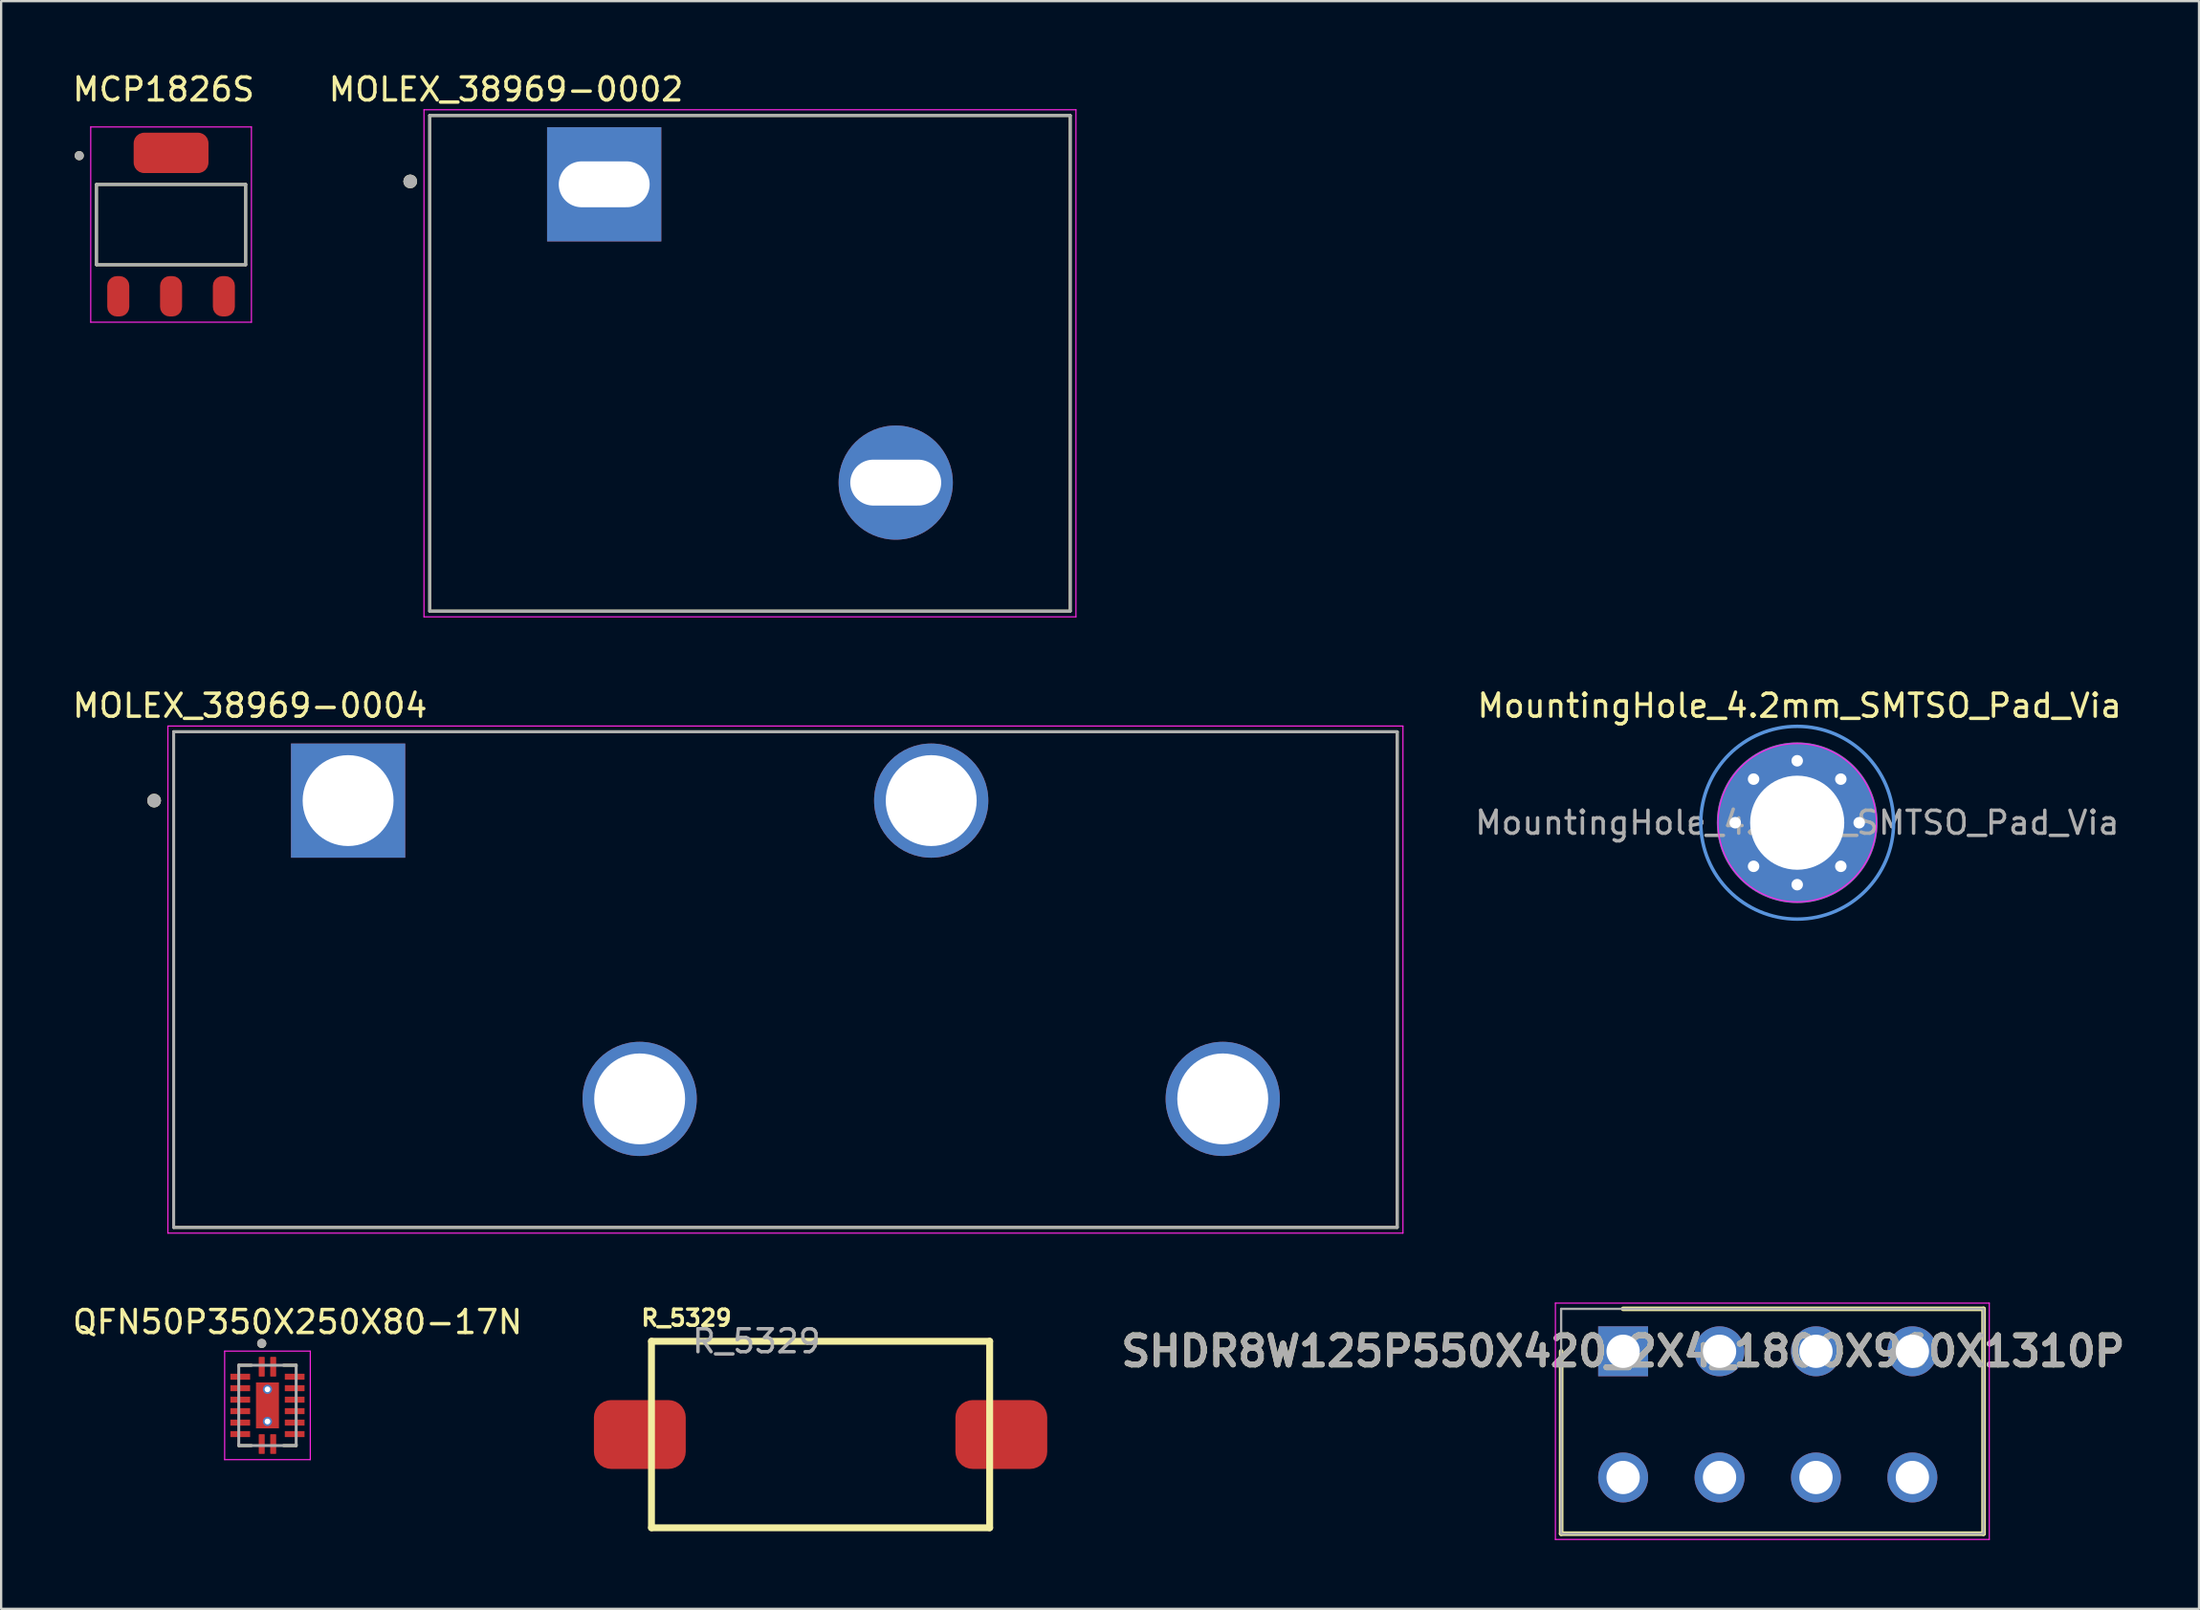
<source format=kicad_pcb>
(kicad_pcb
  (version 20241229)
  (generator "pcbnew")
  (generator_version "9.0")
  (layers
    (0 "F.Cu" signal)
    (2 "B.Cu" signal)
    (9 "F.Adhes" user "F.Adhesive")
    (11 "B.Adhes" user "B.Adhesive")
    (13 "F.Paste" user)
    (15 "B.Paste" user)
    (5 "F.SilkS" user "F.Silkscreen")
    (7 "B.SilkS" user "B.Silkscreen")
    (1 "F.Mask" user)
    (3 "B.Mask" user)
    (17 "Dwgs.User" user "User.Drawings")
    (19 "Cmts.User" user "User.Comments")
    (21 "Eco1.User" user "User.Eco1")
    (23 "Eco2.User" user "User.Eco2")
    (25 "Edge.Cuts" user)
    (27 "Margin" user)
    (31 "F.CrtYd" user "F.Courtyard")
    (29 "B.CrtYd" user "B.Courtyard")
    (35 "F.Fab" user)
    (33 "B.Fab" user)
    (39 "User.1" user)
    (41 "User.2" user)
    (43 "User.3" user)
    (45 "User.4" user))
  (footprint "MOLEX_38969-0004"
    (layer "F.Cu")
    (at 31.164 38.342)
    (property "Reference" "MOLEX_38969-0004" (at -23.325 -10.635 0) (layer "F.SilkS") (effects (font (size 1 1) (thickness 0.15))))
    (attr through_hole)
    (fp_line (start -26.65 -9.5) (end -26.65 12.1) (stroke (width 0.127) (type solid)) (layer "F.SilkS"))
    (fp_line (start -26.65 12.1) (end 26.65 12.1) (stroke (width 0.127) (type solid)) (layer "F.SilkS"))
    (fp_line (start 26.65 -9.5) (end -26.65 -9.5) (stroke (width 0.127) (type solid)) (layer "F.SilkS"))
    (fp_line (start 26.65 12.1) (end 26.65 -9.5) (stroke (width 0.127) (type solid)) (layer "F.SilkS"))
    (fp_circle (center -27.5 -6.5) (end -27.35 -6.5) (stroke (width 0.3) (type solid)) (fill no) (layer "F.SilkS"))
    (fp_line (start -26.9 -9.75) (end 26.9 -9.75) (stroke (width 0.05) (type solid)) (layer "F.CrtYd"))
    (fp_line (start -26.9 12.35) (end -26.9 -9.75) (stroke (width 0.05) (type solid)) (layer "F.CrtYd"))
    (fp_line (start 26.9 -9.75) (end 26.9 12.35) (stroke (width 0.05) (type solid)) (layer "F.CrtYd"))
    (fp_line (start 26.9 12.35) (end -26.9 12.35) (stroke (width 0.05) (type solid)) (layer "F.CrtYd"))
    (fp_line (start -26.65 -9.5) (end 26.65 -9.5) (stroke (width 0.127) (type solid)) (layer "F.Fab"))
    (fp_line (start -26.65 12.1) (end -26.65 -9.5) (stroke (width 0.127) (type solid)) (layer "F.Fab"))
    (fp_line (start 26.65 -9.5) (end 26.65 12.1) (stroke (width 0.127) (type solid)) (layer "F.Fab"))
    (fp_line (start 26.65 12.1) (end -26.65 12.1) (stroke (width 0.127) (type solid)) (layer "F.Fab"))
    (fp_circle (center -27.5 -6.5) (end -27.35 -6.5) (stroke (width 0.3) (type solid)) (fill no) (layer "F.Fab"))
    (pad "1" thru_hole rect (at -19.05 -6.5) (size 4.976 4.976) (drill 3.96) (layers "*.Cu" "*.Mask"))
    (pad "2" thru_hole circle (at -6.35 6.5) (size 4.976 4.976) (drill 3.96) (layers "*.Cu" "*.Mask"))
    (pad "3" thru_hole circle (at 6.35 -6.5) (size 4.976 4.976) (drill 3.96) (layers "*.Cu" "*.Mask"))
    (pad "4" thru_hole circle (at 19.05 6.5) (size 4.976 4.976) (drill 3.96) (layers "*.Cu" "*.Mask")))
  (footprint "QFN50P350X250X80-17N"
    (layer "F.Cu")
    (at 8.601 58.2)
    (property "Reference" "QFN50P350X250X80-17N" (at 1.31 -3.635 0) (layer "F.SilkS") (effects (font (size 1 1) (thickness 0.15))))
    (attr smd)
    (fp_line (start -1.25 -1.75) (end -1.25 -1.7) (stroke (width 0.127) (type solid)) (layer "F.SilkS"))
    (fp_line (start -1.25 -1.75) (end -0.7 -1.75) (stroke (width 0.127) (type solid)) (layer "F.SilkS"))
    (fp_line (start -1.25 1.75) (end -1.25 1.7) (stroke (width 0.127) (type solid)) (layer "F.SilkS"))
    (fp_line (start -1.25 1.75) (end -0.7 1.75) (stroke (width 0.127) (type solid)) (layer "F.SilkS"))
    (fp_line (start 1.25 -1.75) (end 0.7 -1.75) (stroke (width 0.127) (type solid)) (layer "F.SilkS"))
    (fp_line (start 1.25 -1.75) (end 1.25 -1.7) (stroke (width 0.127) (type solid)) (layer "F.SilkS"))
    (fp_line (start 1.25 1.75) (end 0.7 1.75) (stroke (width 0.127) (type solid)) (layer "F.SilkS"))
    (fp_line (start 1.25 1.75) (end 1.25 1.7) (stroke (width 0.127) (type solid)) (layer "F.SilkS"))
    (fp_circle (center -0.25 -2.7) (end -0.15 -2.7) (stroke (width 0.2) (type solid)) (fill no) (layer "F.SilkS"))
    (fp_poly (pts (xy -0.315 -0.53) (xy 0.315 -0.53) (xy 0.315 0.53) (xy -0.315 0.53)) (stroke (width 0.01) (type solid)) (fill yes) (layer "F.Paste"))
    (fp_line (start -1.865 -2.365) (end 1.865 -2.365) (stroke (width 0.05) (type solid)) (layer "F.CrtYd"))
    (fp_line (start -1.865 2.365) (end -1.865 -2.365) (stroke (width 0.05) (type solid)) (layer "F.CrtYd"))
    (fp_line (start -1.865 2.365) (end 1.865 2.365) (stroke (width 0.05) (type solid)) (layer "F.CrtYd"))
    (fp_line (start 1.865 2.365) (end 1.865 -2.365) (stroke (width 0.05) (type solid)) (layer "F.CrtYd"))
    (fp_line (start -1.25 1.75) (end -1.25 -1.75) (stroke (width 0.127) (type solid)) (layer "F.Fab"))
    (fp_line (start 1.25 -1.75) (end -1.25 -1.75) (stroke (width 0.127) (type solid)) (layer "F.Fab"))
    (fp_line (start 1.25 1.75) (end -1.25 1.75) (stroke (width 0.127) (type solid)) (layer "F.Fab"))
    (fp_line (start 1.25 1.75) (end 1.25 -1.75) (stroke (width 0.127) (type solid)) (layer "F.Fab"))
    (fp_circle (center -0.25 -2.7) (end -0.15 -2.7) (stroke (width 0.2) (type solid)) (fill no) (layer "F.Fab"))
    (pad "1" smd roundrect (at -0.25 -1.685) (size 0.26 0.86) (layers "F.Cu" "F.Mask" "F.Paste") (roundrect_rratio 0.11))
    (pad "2" smd roundrect (at -1.185 -1.25) (size 0.86 0.26) (layers "F.Cu" "F.Mask" "F.Paste") (roundrect_rratio 0.03))
    (pad "3" smd roundrect (at -1.185 -0.75) (size 0.86 0.26) (layers "F.Cu" "F.Mask" "F.Paste") (roundrect_rratio 0.03))
    (pad "4" smd roundrect (at -1.185 -0.25) (size 0.86 0.26) (layers "F.Cu" "F.Mask" "F.Paste") (roundrect_rratio 0.03))
    (pad "5" smd roundrect (at -1.185 0.25) (size 0.86 0.26) (layers "F.Cu" "F.Mask" "F.Paste") (roundrect_rratio 0.03))
    (pad "6" smd roundrect (at -1.185 0.75) (size 0.86 0.26) (layers "F.Cu" "F.Mask" "F.Paste") (roundrect_rratio 0.03))
    (pad "7" smd roundrect (at -1.185 1.25) (size 0.86 0.26) (layers "F.Cu" "F.Mask" "F.Paste") (roundrect_rratio 0.03))
    (pad "8" smd roundrect (at -0.25 1.685) (size 0.26 0.86) (layers "F.Cu" "F.Mask" "F.Paste") (roundrect_rratio 0.11))
    (pad "9" smd roundrect (at 0.25 1.685) (size 0.26 0.86) (layers "F.Cu" "F.Mask" "F.Paste") (roundrect_rratio 0.11))
    (pad "10" smd roundrect (at 1.185 1.25) (size 0.86 0.26) (layers "F.Cu" "F.Mask" "F.Paste") (roundrect_rratio 0.03))
    (pad "11" smd roundrect (at 1.185 0.75) (size 0.86 0.26) (layers "F.Cu" "F.Mask" "F.Paste") (roundrect_rratio 0.03))
    (pad "12" smd roundrect (at 1.185 0.25) (size 0.86 0.26) (layers "F.Cu" "F.Mask" "F.Paste") (roundrect_rratio 0.03))
    (pad "13" smd roundrect (at 1.185 -0.25) (size 0.86 0.26) (layers "F.Cu" "F.Mask" "F.Paste") (roundrect_rratio 0.03))
    (pad "14" smd roundrect (at 1.185 -0.75) (size 0.86 0.26) (layers "F.Cu" "F.Mask" "F.Paste") (roundrect_rratio 0.03))
    (pad "15" smd roundrect (at 1.185 -1.25) (size 0.86 0.26) (layers "F.Cu" "F.Mask" "F.Paste") (roundrect_rratio 0.03))
    (pad "16" smd roundrect (at 0.25 -1.685) (size 0.26 0.86) (layers "F.Cu" "F.Mask" "F.Paste") (roundrect_rratio 0.11))
    (pad "17" thru_hole circle (at 0 -0.7) (size 0.4 0.4) (drill 0.25) (layers "*.Cu"))
    (pad "17" smd rect (at 0 0) (size 1 2) (layers "F.Cu" "F.Mask"))
    (pad "17" thru_hole circle (at 0 0.7) (size 0.4 0.4) (drill 0.25) (layers "*.Cu")))
  (footprint "MountingHole_4.2mm_SMTSO_Pad_Via"
    (layer "F.Cu")
    (at 75.238 32.806)
    (property "Reference" "MountingHole_4.2mm_SMTSO_Pad_Via" (at 0.1 -5.1 0) (layer "F.SilkS") (effects (font (size 1 1) (thickness 0.15))))
    (attr exclude_from_pos_files exclude_from_bom)
    (fp_circle (center 0 0) (end 4.2 0) (stroke (width 0.15) (type solid)) (fill no) (layer "Cmts.User"))
    (fp_circle (center 0 0) (end 3.45 0) (stroke (width 0.05) (type solid)) (fill no) (layer "F.CrtYd"))
    (fp_text user "${REFERENCE}" (at 0 0 0) (layer "F.Fab") (effects (font (size 1 1) (thickness 0.15))))
    (pad "1" thru_hole circle (at -2.7 0) (size 0.8 0.8) (drill 0.5) (layers "*.Cu" "*.Mask"))
    (pad "1" thru_hole circle (at -1.9 -1.9) (size 0.8 0.8) (drill 0.5) (layers "*.Cu" "*.Mask"))
    (pad "1" thru_hole circle (at -1.9 1.9) (size 0.8 0.8) (drill 0.5) (layers "*.Cu" "*.Mask"))
    (pad "1" thru_hole circle (at 0 -2.7) (size 0.8 0.8) (drill 0.5) (layers "*.Cu" "*.Mask"))
    (pad "1" thru_hole circle (at 0 0) (size 7 7) (drill 4.1) (layers "*.Cu" "*.Mask"))
    (pad "1" thru_hole circle (at 0 2.7) (size 0.8 0.8) (drill 0.5) (layers "*.Cu" "*.Mask"))
    (pad "1" thru_hole circle (at 1.9 -1.9) (size 0.8 0.8) (drill 0.5) (layers "*.Cu" "*.Mask"))
    (pad "1" thru_hole circle (at 1.9 1.9) (size 0.8 0.8) (drill 0.5) (layers "*.Cu" "*.Mask"))
    (pad "1" thru_hole circle (at 2.7 0) (size 0.8 0.8) (drill 0.5) (layers "*.Cu" "*.Mask")))
  (footprint "R_5329"
    (layer "F.Cu")
    (at 24.821 59.469)
    (property "Reference" "R_5329" (at 2.032 -5.08 0) (unlocked yes) (layer "F.SilkS") (effects (font (size 0.7 0.7) (thickness 0.15))))
    (attr smd)
    (fp_line (start 0.508 -4.064) (end 0.508 4.064) (stroke (width 0.3) (type default)) (layer "F.SilkS"))
    (fp_line (start 0.508 4.064) (end 15.24 4.064) (stroke (width 0.3) (type default)) (layer "F.SilkS"))
    (fp_line (start 15.24 -4.064) (end 0.508 -4.064) (stroke (width 0.3) (type default)) (layer "F.SilkS"))
    (fp_line (start 15.24 4.064) (end 15.24 -4.064) (stroke (width 0.3) (type default)) (layer "F.SilkS"))
    (fp_text user "${REFERENCE}" (at 5.08 -4.064 0) (unlocked yes) (layer "F.Fab") (effects (font (size 1 1) (thickness 0.15))))
    (pad "1" smd roundrect (at 0 0) (size 4 3) (layers "F.Cu" "F.Mask" "F.Paste") (roundrect_rratio 0.25))
    (pad "2" smd roundrect (at 15.748 0) (size 4 3) (layers "F.Cu" "F.Mask" "F.Paste") (roundrect_rratio 0.25)))
  (footprint "MOLEX_38969-0002"
    (layer "F.Cu")
    (at 29.619 12.783)
    (property "Reference" "MOLEX_38969-0002" (at -10.625 -11.935 0) (layer "F.SilkS") (effects (font (size 1 1) (thickness 0.15))))
    (attr through_hole)
    (fp_line (start -13.95 -10.8) (end -13.95 10.8) (stroke (width 0.127) (type solid)) (layer "F.SilkS"))
    (fp_line (start -13.95 10.8) (end 13.95 10.8) (stroke (width 0.127) (type solid)) (layer "F.SilkS"))
    (fp_line (start 13.95 -10.8) (end -13.95 -10.8) (stroke (width 0.127) (type solid)) (layer "F.SilkS"))
    (fp_line (start 13.95 10.8) (end 13.95 -10.8) (stroke (width 0.127) (type solid)) (layer "F.SilkS"))
    (fp_circle (center -14.8 -7.927) (end -14.65 -7.927) (stroke (width 0.3) (type solid)) (fill no) (layer "F.SilkS"))
    (fp_line (start -14.2 -11.05) (end 14.2 -11.05) (stroke (width 0.05) (type solid)) (layer "F.CrtYd"))
    (fp_line (start -14.2 11.05) (end -14.2 -11.05) (stroke (width 0.05) (type solid)) (layer "F.CrtYd"))
    (fp_line (start 14.2 -11.05) (end 14.2 11.05) (stroke (width 0.05) (type solid)) (layer "F.CrtYd"))
    (fp_line (start 14.2 11.05) (end -14.2 11.05) (stroke (width 0.05) (type solid)) (layer "F.CrtYd"))
    (fp_line (start -13.95 -10.8) (end 13.95 -10.8) (stroke (width 0.127) (type solid)) (layer "F.Fab"))
    (fp_line (start -13.95 10.8) (end -13.95 -10.8) (stroke (width 0.127) (type solid)) (layer "F.Fab"))
    (fp_line (start 13.95 -10.8) (end 13.95 10.8) (stroke (width 0.127) (type solid)) (layer "F.Fab"))
    (fp_line (start 13.95 10.8) (end -13.95 10.8) (stroke (width 0.127) (type solid)) (layer "F.Fab"))
    (fp_circle (center -14.8 -7.927) (end -14.65 -7.927) (stroke (width 0.3) (type solid)) (fill no) (layer "F.Fab"))
    (pad "1" thru_hole rect (at -6.35 -7.8) (size 4.976 4.976) (drill oval 3.96 2) (layers "*.Cu" "*.Mask"))
    (pad "2" thru_hole circle (at 6.35 5.2) (size 4.976 4.976) (drill oval 3.96 2) (layers "*.Cu" "*.Mask")))
  (footprint "SHDR8W125P550X420_2X4_1800X960X1310P"
    (layer "F.Cu")
    (at 67.655 55.842)
    (property "Reference" "SHDR8W125P550X420_2X4_1800X960X1310P" (at 0 0 0) (layer "F.SilkS") (effects (font (size 1.27 1.27) (thickness 0.254))))
    (attr through_hole)
    (fp_line (start -2.7 7.95) (end -2.7 0) (stroke (width 0.2) (type solid)) (layer "F.SilkS"))
    (fp_line (start 0 -1.85) (end 15.7 -1.85) (stroke (width 0.2) (type solid)) (layer "F.SilkS"))
    (fp_line (start 15.7 -1.85) (end 15.7 7.95) (stroke (width 0.2) (type solid)) (layer "F.SilkS"))
    (fp_line (start 15.7 7.95) (end -2.7 7.95) (stroke (width 0.2) (type solid)) (layer "F.SilkS"))
    (fp_line (start -2.95 -2.1) (end 15.95 -2.1) (stroke (width 0.05) (type solid)) (layer "F.CrtYd"))
    (fp_line (start -2.95 8.2) (end -2.95 -2.1) (stroke (width 0.05) (type solid)) (layer "F.CrtYd"))
    (fp_line (start 15.95 -2.1) (end 15.95 8.2) (stroke (width 0.05) (type solid)) (layer "F.CrtYd"))
    (fp_line (start 15.95 8.2) (end -2.95 8.2) (stroke (width 0.05) (type solid)) (layer "F.CrtYd"))
    (fp_line (start -2.7 -1.85) (end 15.7 -1.85) (stroke (width 0.1) (type solid)) (layer "F.Fab"))
    (fp_line (start -2.7 7.95) (end -2.7 -1.85) (stroke (width 0.1) (type solid)) (layer "F.Fab"))
    (fp_line (start 15.7 -1.85) (end 15.7 7.95) (stroke (width 0.1) (type solid)) (layer "F.Fab"))
    (fp_line (start 15.7 7.95) (end -2.7 7.95) (stroke (width 0.1) (type solid)) (layer "F.Fab"))
    (fp_text user "${REFERENCE}" (at 0 0 0) (layer "F.Fab") (effects (font (size 1.27 1.27) (thickness 0.254))))
    (pad "1" thru_hole rect (at 0 0) (size 2.175 2.175) (drill 1.45) (layers "*.Cu" "*.Mask"))
    (pad "2" thru_hole circle (at 0 5.5) (size 2.175 2.175) (drill 1.45) (layers "*.Cu" "*.Mask"))
    (pad "3" thru_hole circle (at 4.2 0) (size 2.175 2.175) (drill 1.45) (layers "*.Cu" "*.Mask"))
    (pad "4" thru_hole circle (at 4.2 5.5) (size 2.175 2.175) (drill 1.45) (layers "*.Cu" "*.Mask"))
    (pad "5" thru_hole circle (at 8.4 0) (size 2.175 2.175) (drill 1.45) (layers "*.Cu" "*.Mask"))
    (pad "6" thru_hole circle (at 8.4 5.5) (size 2.175 2.175) (drill 1.45) (layers "*.Cu" "*.Mask"))
    (pad "7" thru_hole circle (at 12.6 0) (size 2.175 2.175) (drill 1.45) (layers "*.Cu" "*.Mask"))
    (pad "8" thru_hole circle (at 12.6 5.5) (size 2.175 2.175) (drill 1.45) (layers "*.Cu" "*.Mask")))
  (footprint "MCP1826S"
    (layer "F.Cu")
    (at 4.402 6.738)
    (property "Reference" "MCP1826S" (at -0.325 -5.89 0) (layer "F.SilkS") (effects (font (size 1 1) (thickness 0.15))))
    (attr smd)
    (fp_line (start -3.25 -1.75) (end 3.25 -1.75) (stroke (width 0.127) (type solid)) (layer "F.SilkS"))
    (fp_line (start -3.25 1.75) (end -3.25 -1.75) (stroke (width 0.127) (type solid)) (layer "F.SilkS"))
    (fp_line (start 3.25 -1.75) (end 3.25 1.75) (stroke (width 0.127) (type solid)) (layer "F.SilkS"))
    (fp_line (start 3.25 1.75) (end -3.25 1.75) (stroke (width 0.127) (type solid)) (layer "F.SilkS"))
    (fp_circle (center -4 -3.005) (end -3.9 -3.005) (stroke (width 0.2) (type solid)) (fill no) (layer "F.SilkS"))
    (fp_line (start -3.5 -4.255) (end -3.5 4.255) (stroke (width 0.05) (type solid)) (layer "F.CrtYd"))
    (fp_line (start -3.5 4.255) (end 3.5 4.255) (stroke (width 0.05) (type solid)) (layer "F.CrtYd"))
    (fp_line (start 3.5 -4.255) (end -3.5 -4.255) (stroke (width 0.05) (type solid)) (layer "F.CrtYd"))
    (fp_line (start 3.5 4.255) (end 3.5 -4.255) (stroke (width 0.05) (type solid)) (layer "F.CrtYd"))
    (fp_line (start -3.25 -1.75) (end 3.25 -1.75) (stroke (width 0.127) (type solid)) (layer "F.Fab"))
    (fp_line (start -3.25 1.75) (end -3.25 -1.75) (stroke (width 0.127) (type solid)) (layer "F.Fab"))
    (fp_line (start 3.25 -1.75) (end 3.25 1.75) (stroke (width 0.127) (type solid)) (layer "F.Fab"))
    (fp_line (start 3.25 1.75) (end -3.25 1.75) (stroke (width 0.127) (type solid)) (layer "F.Fab"))
    (fp_circle (center -4 -3.005) (end -3.9 -3.005) (stroke (width 0.2) (type solid)) (fill no) (layer "F.Fab"))
    (pad "1" smd roundrect (at -2.3 3.125) (size 0.96 1.76) (layers "F.Cu" "F.Mask" "F.Paste") (roundrect_rratio 0.44))
    (pad "2" smd roundrect (at 0 3.125) (size 0.96 1.76) (layers "F.Cu" "F.Mask" "F.Paste") (roundrect_rratio 0.44))
    (pad "3" smd roundrect (at 2.3 3.125) (size 0.96 1.76) (layers "F.Cu" "F.Mask" "F.Paste") (roundrect_rratio 0.44))
    (pad "4" smd roundrect (at 0 -3.125) (size 3.26 1.76) (layers "F.Cu" "F.Mask" "F.Paste") (roundrect_rratio 0.26)))
  (gr_rect
    (start -3 -3)
    (end 92.741 67.067)
    (stroke (width 0.1) (type default))
    (fill no)
    (layer "Edge.Cuts")))
</source>
